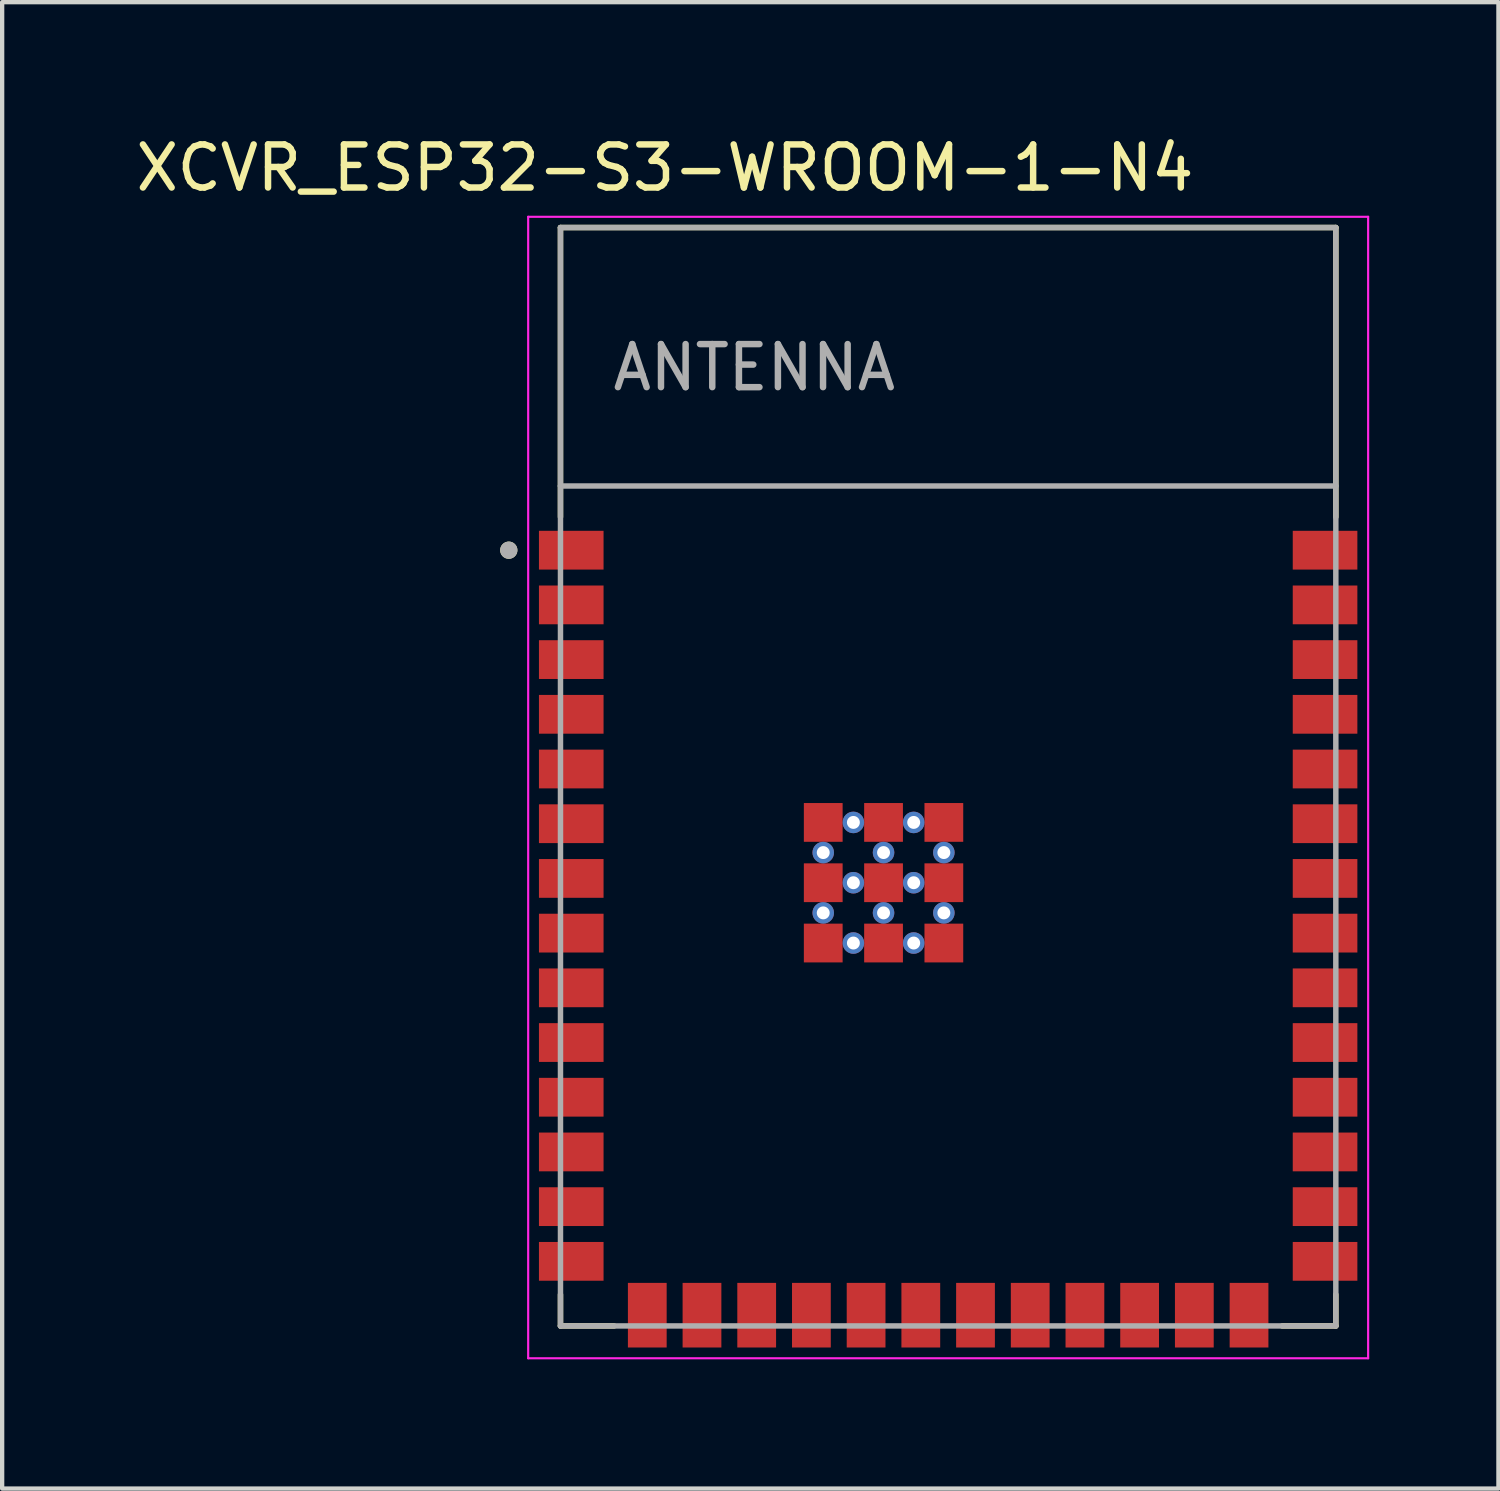
<source format=kicad_pcb>
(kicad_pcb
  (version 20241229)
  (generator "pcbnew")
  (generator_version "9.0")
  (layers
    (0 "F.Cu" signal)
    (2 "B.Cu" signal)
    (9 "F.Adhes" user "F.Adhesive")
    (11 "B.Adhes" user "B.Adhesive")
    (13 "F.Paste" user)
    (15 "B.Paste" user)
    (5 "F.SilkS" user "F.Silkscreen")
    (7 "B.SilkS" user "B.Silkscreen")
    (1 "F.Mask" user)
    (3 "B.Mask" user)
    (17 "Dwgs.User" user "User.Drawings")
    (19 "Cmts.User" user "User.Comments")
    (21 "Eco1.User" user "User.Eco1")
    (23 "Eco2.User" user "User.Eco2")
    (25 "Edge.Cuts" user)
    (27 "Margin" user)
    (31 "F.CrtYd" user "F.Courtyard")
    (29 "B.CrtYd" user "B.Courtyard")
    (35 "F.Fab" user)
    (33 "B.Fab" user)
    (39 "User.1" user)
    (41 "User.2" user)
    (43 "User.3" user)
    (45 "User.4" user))
  (footprint "XCVR_ESP32-S3-WROOM-1-N4"
    (layer "F.Cu")
    (at 18.962 14.983)
    (property "Reference" "XCVR_ESP32-S3-WROOM-1-N4" (at -6.575 -14.135 0) (layer "F.SilkS") (effects (font (size 1 1) (thickness 0.15))))
    (attr smd)
    (fp_line (start -9 -12.75) (end 9 -12.75) (stroke (width 0.127) (type solid)) (layer "F.SilkS"))
    (fp_line (start -9 -6.03) (end -9 -12.75) (stroke (width 0.127) (type solid)) (layer "F.SilkS"))
    (fp_line (start -9 12.02) (end -9 12.75) (stroke (width 0.127) (type solid)) (layer "F.SilkS"))
    (fp_line (start -9 12.75) (end -7.755 12.75) (stroke (width 0.127) (type solid)) (layer "F.SilkS"))
    (fp_line (start 9 -12.75) (end 9 -6.03) (stroke (width 0.127) (type solid)) (layer "F.SilkS"))
    (fp_line (start 9 12.02) (end 9 12.75) (stroke (width 0.127) (type solid)) (layer "F.SilkS"))
    (fp_line (start 9 12.75) (end 7.755 12.75) (stroke (width 0.127) (type solid)) (layer "F.SilkS"))
    (fp_circle (center -10.2 -5.26) (end -10.1 -5.26) (stroke (width 0.2) (type solid)) (fill no) (layer "F.SilkS"))
    (fp_line (start -9.75 -13) (end 9.75 -13) (stroke (width 0.05) (type solid)) (layer "F.CrtYd"))
    (fp_line (start -9.75 13.5) (end -9.75 -13) (stroke (width 0.05) (type solid)) (layer "F.CrtYd"))
    (fp_line (start -9.75 13.5) (end 9.75 13.5) (stroke (width 0.05) (type solid)) (layer "F.CrtYd"))
    (fp_line (start 9.75 -13) (end 9.75 13.5) (stroke (width 0.05) (type solid)) (layer "F.CrtYd"))
    (fp_line (start -9 -12.75) (end 9 -12.75) (stroke (width 0.127) (type solid)) (layer "F.Fab"))
    (fp_line (start -9 -6.75) (end -9 -12.75) (stroke (width 0.127) (type solid)) (layer "F.Fab"))
    (fp_line (start -9 -6.75) (end 9 -6.75) (stroke (width 0.127) (type solid)) (layer "F.Fab"))
    (fp_line (start -9 12.75) (end -9 -6.75) (stroke (width 0.127) (type solid)) (layer "F.Fab"))
    (fp_line (start 9 -12.75) (end 9 -6.75) (stroke (width 0.127) (type solid)) (layer "F.Fab"))
    (fp_line (start 9 -6.75) (end 9 12.75) (stroke (width 0.127) (type solid)) (layer "F.Fab"))
    (fp_line (start 9 12.75) (end -9 12.75) (stroke (width 0.127) (type solid)) (layer "F.Fab"))
    (fp_circle (center -10.2 -5.26) (end -10.1 -5.26) (stroke (width 0.2) (type solid)) (fill no) (layer "F.Fab"))
    (fp_text user "ANTENNA" (at -4.5 -9.5 0) (layer "F.Fab") (effects (font (size 1 1) (thickness 0.15))))
    (pad "1" smd rect (at -8.75 -5.26) (size 1.5 0.9) (layers "F.Cu" "F.Mask" "F.Paste"))
    (pad "2" smd rect (at -8.75 -3.99) (size 1.5 0.9) (layers "F.Cu" "F.Mask" "F.Paste"))
    (pad "3" smd rect (at -8.75 -2.72) (size 1.5 0.9) (layers "F.Cu" "F.Mask" "F.Paste"))
    (pad "4" smd rect (at -8.75 -1.45) (size 1.5 0.9) (layers "F.Cu" "F.Mask" "F.Paste"))
    (pad "5" smd rect (at -8.75 -0.18) (size 1.5 0.9) (layers "F.Cu" "F.Mask" "F.Paste"))
    (pad "6" smd rect (at -8.75 1.09) (size 1.5 0.9) (layers "F.Cu" "F.Mask" "F.Paste"))
    (pad "7" smd rect (at -8.75 2.36) (size 1.5 0.9) (layers "F.Cu" "F.Mask" "F.Paste"))
    (pad "8" smd rect (at -8.75 3.63) (size 1.5 0.9) (layers "F.Cu" "F.Mask" "F.Paste"))
    (pad "9" smd rect (at -8.75 4.9) (size 1.5 0.9) (layers "F.Cu" "F.Mask" "F.Paste"))
    (pad "10" smd rect (at -8.75 6.17) (size 1.5 0.9) (layers "F.Cu" "F.Mask" "F.Paste"))
    (pad "11" smd rect (at -8.75 7.44) (size 1.5 0.9) (layers "F.Cu" "F.Mask" "F.Paste"))
    (pad "12" smd rect (at -8.75 8.71) (size 1.5 0.9) (layers "F.Cu" "F.Mask" "F.Paste"))
    (pad "13" smd rect (at -8.75 9.98) (size 1.5 0.9) (layers "F.Cu" "F.Mask" "F.Paste"))
    (pad "14" smd rect (at -8.75 11.25) (size 1.5 0.9) (layers "F.Cu" "F.Mask" "F.Paste"))
    (pad "15" smd rect (at -6.985 12.5) (size 0.9 1.5) (layers "F.Cu" "F.Mask" "F.Paste"))
    (pad "16" smd rect (at -5.715 12.5) (size 0.9 1.5) (layers "F.Cu" "F.Mask" "F.Paste"))
    (pad "17" smd rect (at -4.445 12.5) (size 0.9 1.5) (layers "F.Cu" "F.Mask" "F.Paste"))
    (pad "18" smd rect (at -3.175 12.5) (size 0.9 1.5) (layers "F.Cu" "F.Mask" "F.Paste"))
    (pad "19" smd rect (at -1.905 12.5) (size 0.9 1.5) (layers "F.Cu" "F.Mask" "F.Paste"))
    (pad "20" smd rect (at -0.635 12.5) (size 0.9 1.5) (layers "F.Cu" "F.Mask" "F.Paste"))
    (pad "21" smd rect (at 0.635 12.5) (size 0.9 1.5) (layers "F.Cu" "F.Mask" "F.Paste"))
    (pad "22" smd rect (at 1.905 12.5) (size 0.9 1.5) (layers "F.Cu" "F.Mask" "F.Paste"))
    (pad "23" smd rect (at 3.175 12.5) (size 0.9 1.5) (layers "F.Cu" "F.Mask" "F.Paste"))
    (pad "24" smd rect (at 4.445 12.5) (size 0.9 1.5) (layers "F.Cu" "F.Mask" "F.Paste"))
    (pad "25" smd rect (at 5.715 12.5) (size 0.9 1.5) (layers "F.Cu" "F.Mask" "F.Paste"))
    (pad "26" smd rect (at 6.985 12.5) (size 0.9 1.5) (layers "F.Cu" "F.Mask" "F.Paste"))
    (pad "27" smd rect (at 8.75 11.25) (size 1.5 0.9) (layers "F.Cu" "F.Mask" "F.Paste"))
    (pad "28" smd rect (at 8.75 9.98) (size 1.5 0.9) (layers "F.Cu" "F.Mask" "F.Paste"))
    (pad "29" smd rect (at 8.75 8.71) (size 1.5 0.9) (layers "F.Cu" "F.Mask" "F.Paste"))
    (pad "30" smd rect (at 8.75 7.44) (size 1.5 0.9) (layers "F.Cu" "F.Mask" "F.Paste"))
    (pad "31" smd rect (at 8.75 6.17) (size 1.5 0.9) (layers "F.Cu" "F.Mask" "F.Paste"))
    (pad "32" smd rect (at 8.75 4.9) (size 1.5 0.9) (layers "F.Cu" "F.Mask" "F.Paste"))
    (pad "33" smd rect (at 8.75 3.63) (size 1.5 0.9) (layers "F.Cu" "F.Mask" "F.Paste"))
    (pad "34" smd rect (at 8.75 2.36) (size 1.5 0.9) (layers "F.Cu" "F.Mask" "F.Paste"))
    (pad "35" smd rect (at 8.75 1.09) (size 1.5 0.9) (layers "F.Cu" "F.Mask" "F.Paste"))
    (pad "36" smd rect (at 8.75 -0.18) (size 1.5 0.9) (layers "F.Cu" "F.Mask" "F.Paste"))
    (pad "37" smd rect (at 8.75 -1.45) (size 1.5 0.9) (layers "F.Cu" "F.Mask" "F.Paste"))
    (pad "38" smd rect (at 8.75 -2.72) (size 1.5 0.9) (layers "F.Cu" "F.Mask" "F.Paste"))
    (pad "39" smd rect (at 8.75 -3.99) (size 1.5 0.9) (layers "F.Cu" "F.Mask" "F.Paste"))
    (pad "40" smd rect (at 8.75 -5.26) (size 1.5 0.9) (layers "F.Cu" "F.Mask" "F.Paste"))
    (pad "41_1" smd rect (at -1.5 2.46) (size 0.9 0.9) (layers "F.Cu" "F.Mask" "F.Paste"))
    (pad "41_2" smd rect (at -2.9 2.46) (size 0.9 0.9) (layers "F.Cu" "F.Mask" "F.Paste"))
    (pad "41_3" smd rect (at -0.1 2.46) (size 0.9 0.9) (layers "F.Cu" "F.Mask" "F.Paste"))
    (pad "41_4" smd rect (at -2.9 3.86) (size 0.9 0.9) (layers "F.Cu" "F.Mask" "F.Paste"))
    (pad "41_5" smd rect (at -1.5 3.86) (size 0.9 0.9) (layers "F.Cu" "F.Mask" "F.Paste"))
    (pad "41_6" smd rect (at -0.1 3.86) (size 0.9 0.9) (layers "F.Cu" "F.Mask" "F.Paste"))
    (pad "41_7" smd rect (at -2.9 1.06) (size 0.9 0.9) (layers "F.Cu" "F.Mask" "F.Paste"))
    (pad "41_8" smd rect (at -1.5 1.06) (size 0.9 0.9) (layers "F.Cu" "F.Mask" "F.Paste"))
    (pad "41_9" smd rect (at -0.1 1.06) (size 0.9 0.9) (layers "F.Cu" "F.Mask" "F.Paste"))
    (pad "41_10" thru_hole circle (at -1.5 1.76) (size 0.5 0.5) (drill 0.3) (layers "*.Cu"))
    (pad "41_11" thru_hole circle (at -2.9 1.76) (size 0.5 0.5) (drill 0.3) (layers "*.Cu"))
    (pad "41_12" thru_hole circle (at -0.1 1.76) (size 0.5 0.5) (drill 0.3) (layers "*.Cu"))
    (pad "41_13" thru_hole circle (at -2.9 3.16) (size 0.5 0.5) (drill 0.3) (layers "*.Cu"))
    (pad "41_14" thru_hole circle (at -1.5 3.16) (size 0.5 0.5) (drill 0.3) (layers "*.Cu"))
    (pad "41_15" thru_hole circle (at -0.1 3.16) (size 0.5 0.5) (drill 0.3) (layers "*.Cu"))
    (pad "41_16" thru_hole circle (at -2.2 1.06) (size 0.5 0.5) (drill 0.3) (layers "*.Cu"))
    (pad "41_17" thru_hole circle (at -0.8 1.06) (size 0.5 0.5) (drill 0.3) (layers "*.Cu"))
    (pad "41_18" thru_hole circle (at -2.2 2.46) (size 0.5 0.5) (drill 0.3) (layers "*.Cu"))
    (pad "41_19" thru_hole circle (at -0.8 2.46) (size 0.5 0.5) (drill 0.3) (layers "*.Cu"))
    (pad "41_20" thru_hole circle (at -2.2 3.86) (size 0.5 0.5) (drill 0.3) (layers "*.Cu"))
    (pad "41_21" thru_hole circle (at -0.8 3.86) (size 0.5 0.5) (drill 0.3) (layers "*.Cu"))
    (zone (net_name "") (layer "F.Cu") (hatch full 0.508) (connect_pads) (min_thickness 0.01) (filled_areas_thickness no) (keepout (tracks not_allowed) (vias not_allowed) (pads not_allowed) (copperpour not_allowed) (footprints allowed)) (placement (enabled no)) (fill) (polygon (pts (xy 9.962 2.233) (xy 27.962 2.233) (xy 27.962 8.233) (xy 9.962 8.233))))
    (zone (net_name "") (layers "F.Cu" "B.Cu") (hatch full 0.508) (connect_pads) (min_thickness 0.01) (filled_areas_thickness no) (keepout (tracks allowed) (vias not_allowed) (pads allowed) (copperpour allowed) (footprints allowed)) (placement (enabled no)) (fill) (polygon (pts (xy 9.962 2.233) (xy 27.962 2.233) (xy 27.962 8.233) (xy 9.962 8.233))))
    (zone (net_name "") (layer "B.Cu") (hatch full 0.508) (connect_pads) (min_thickness 0.01) (filled_areas_thickness no) (keepout (tracks not_allowed) (vias not_allowed) (pads not_allowed) (copperpour not_allowed) (footprints allowed)) (placement (enabled no)) (fill) (polygon (pts (xy 9.962 2.233) (xy 27.962 2.233) (xy 27.962 8.233) (xy 9.962 8.233)))))
  (gr_rect
    (start -3 -3)
    (end 31.737 31.508)
    (stroke (width 0.1) (type default))
    (fill no)
    (layer "Edge.Cuts")))
</source>
